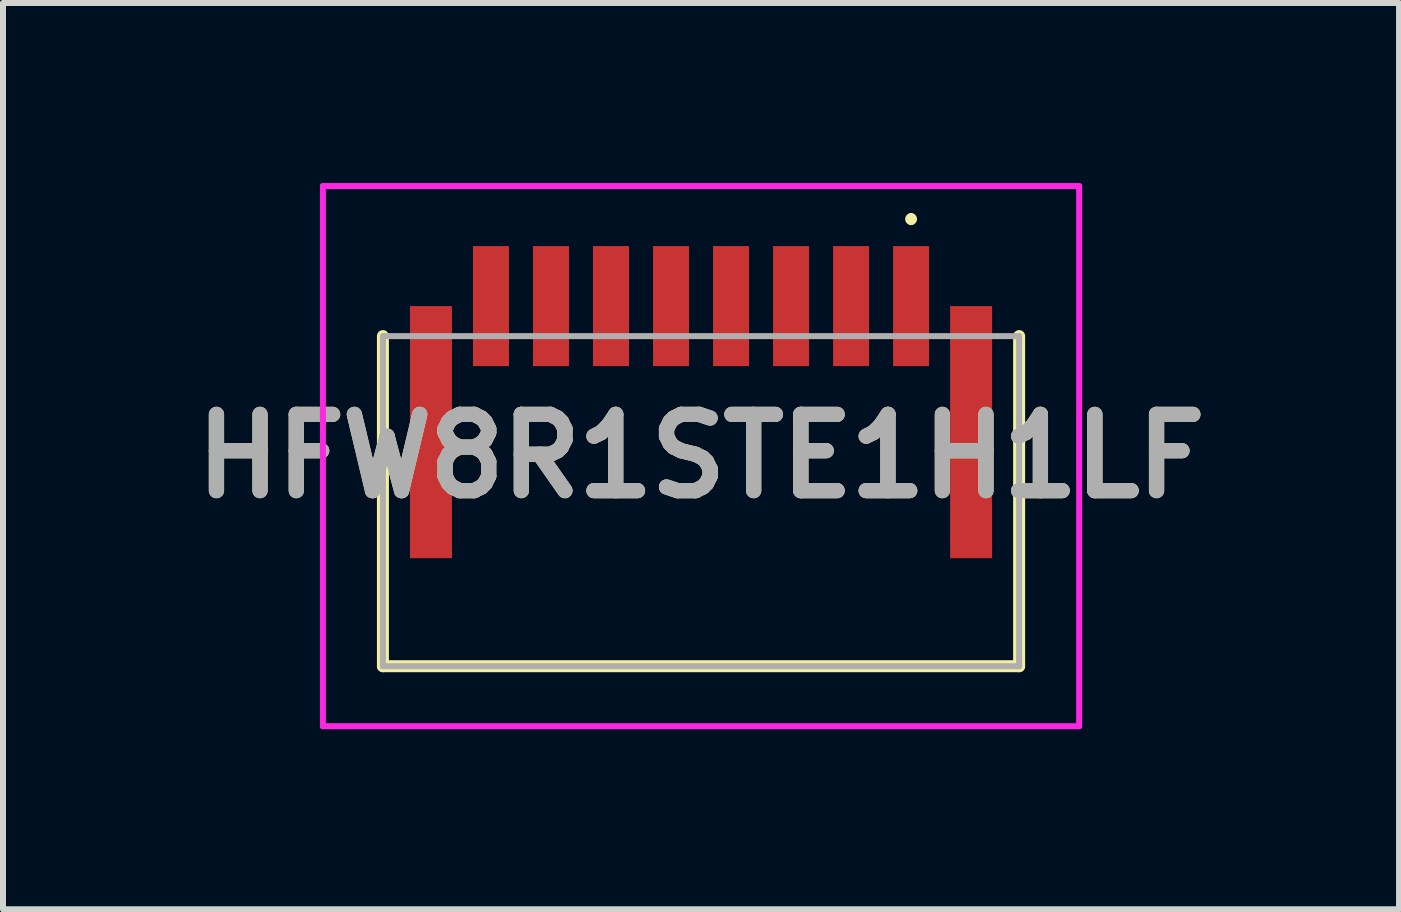
<source format=kicad_pcb>
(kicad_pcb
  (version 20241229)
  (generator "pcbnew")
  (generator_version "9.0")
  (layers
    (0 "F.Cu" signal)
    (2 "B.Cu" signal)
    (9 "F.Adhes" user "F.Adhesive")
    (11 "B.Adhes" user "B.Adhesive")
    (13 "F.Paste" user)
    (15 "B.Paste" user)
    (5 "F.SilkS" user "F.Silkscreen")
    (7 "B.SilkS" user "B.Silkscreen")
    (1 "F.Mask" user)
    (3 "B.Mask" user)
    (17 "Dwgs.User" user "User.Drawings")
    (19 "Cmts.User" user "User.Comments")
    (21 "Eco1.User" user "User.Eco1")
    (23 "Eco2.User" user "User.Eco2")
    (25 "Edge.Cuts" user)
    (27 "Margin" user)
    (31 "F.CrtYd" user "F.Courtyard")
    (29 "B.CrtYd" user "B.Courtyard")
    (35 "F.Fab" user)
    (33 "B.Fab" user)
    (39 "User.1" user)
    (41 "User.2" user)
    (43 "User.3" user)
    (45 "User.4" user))
  (footprint "HFW8R1STE1H1LF"
    (layer "F.Cu")
    (at 8.63 4.55)
    (property "Reference" "HFW8R1STE1H1LF" (at 0 0 0) (layer "F.SilkS") (effects (font (size 1.27 1.27) (thickness 0.254))))
    (attr smd)
    (fp_line (start -5.3 3.5) (end -5.3 -2) (stroke (width 0.2) (type solid)) (layer "F.SilkS"))
    (fp_line (start 3.5 -4) (end 3.5 -4) (stroke (width 0.1) (type solid)) (layer "F.SilkS"))
    (fp_line (start 3.5 -3.9) (end 3.5 -3.9) (stroke (width 0.1) (type solid)) (layer "F.SilkS"))
    (fp_line (start 5.3 -2) (end 5.3 3.5) (stroke (width 0.2) (type solid)) (layer "F.SilkS"))
    (fp_line (start 5.3 3.5) (end -5.3 3.5) (stroke (width 0.2) (type solid)) (layer "F.SilkS"))
    (fp_arc (start 3.5 -4) (mid 3.55 -3.95) (end 3.5 -3.9) (stroke (width 0.1) (type solid)) (layer "F.SilkS"))
    (fp_arc (start 3.5 -3.9) (mid 3.45 -3.95) (end 3.5 -4) (stroke (width 0.1) (type solid)) (layer "F.SilkS"))
    (fp_line (start -6.3 -4.5) (end -6.3 4.5) (stroke (width 0.1) (type solid)) (layer "F.CrtYd"))
    (fp_line (start -6.3 4.5) (end 6.3 4.5) (stroke (width 0.1) (type solid)) (layer "F.CrtYd"))
    (fp_line (start 6.3 -4.5) (end -6.3 -4.5) (stroke (width 0.1) (type solid)) (layer "F.CrtYd"))
    (fp_line (start 6.3 4.5) (end 6.3 -4.5) (stroke (width 0.1) (type solid)) (layer "F.CrtYd"))
    (fp_line (start -5.3 -2) (end -5.3 3.5) (stroke (width 0.1) (type solid)) (layer "F.Fab"))
    (fp_line (start -5.3 3.5) (end 5.3 3.5) (stroke (width 0.1) (type solid)) (layer "F.Fab"))
    (fp_line (start 5.3 -2) (end -5.3 -2) (stroke (width 0.1) (type solid)) (layer "F.Fab"))
    (fp_line (start 5.3 3.5) (end 5.3 -2) (stroke (width 0.1) (type solid)) (layer "F.Fab"))
    (fp_text user "${REFERENCE}" (at 0 0 0) (layer "F.Fab") (effects (font (size 1.27 1.27) (thickness 0.254))))
    (pad "1" smd rect (at 3.5 -2.5) (size 0.6 2) (layers "F.Cu" "F.Mask" "F.Paste"))
    (pad "2" smd rect (at 2.5 -2.5) (size 0.6 2) (layers "F.Cu" "F.Mask" "F.Paste"))
    (pad "3" smd rect (at 1.5 -2.5) (size 0.6 2) (layers "F.Cu" "F.Mask" "F.Paste"))
    (pad "4" smd rect (at 0.5 -2.5) (size 0.6 2) (layers "F.Cu" "F.Mask" "F.Paste"))
    (pad "5" smd rect (at -0.5 -2.5) (size 0.6 2) (layers "F.Cu" "F.Mask" "F.Paste"))
    (pad "6" smd rect (at -1.5 -2.5) (size 0.6 2) (layers "F.Cu" "F.Mask" "F.Paste"))
    (pad "7" smd rect (at -2.5 -2.5) (size 0.6 2) (layers "F.Cu" "F.Mask" "F.Paste"))
    (pad "8" smd rect (at -3.5 -2.5) (size 0.6 2) (layers "F.Cu" "F.Mask" "F.Paste"))
    (pad "MP1" smd rect (at 4.5 -0.4) (size 0.7 4.2) (layers "F.Cu" "F.Mask" "F.Paste"))
    (pad "MP2" smd rect (at -4.5 -0.4) (size 0.7 4.2) (layers "F.Cu" "F.Mask" "F.Paste")))
  (gr_rect
    (start -3 -3)
    (end 20.26 12.1)
    (stroke (width 0.1) (type default))
    (fill no)
    (layer "Edge.Cuts")))
</source>
